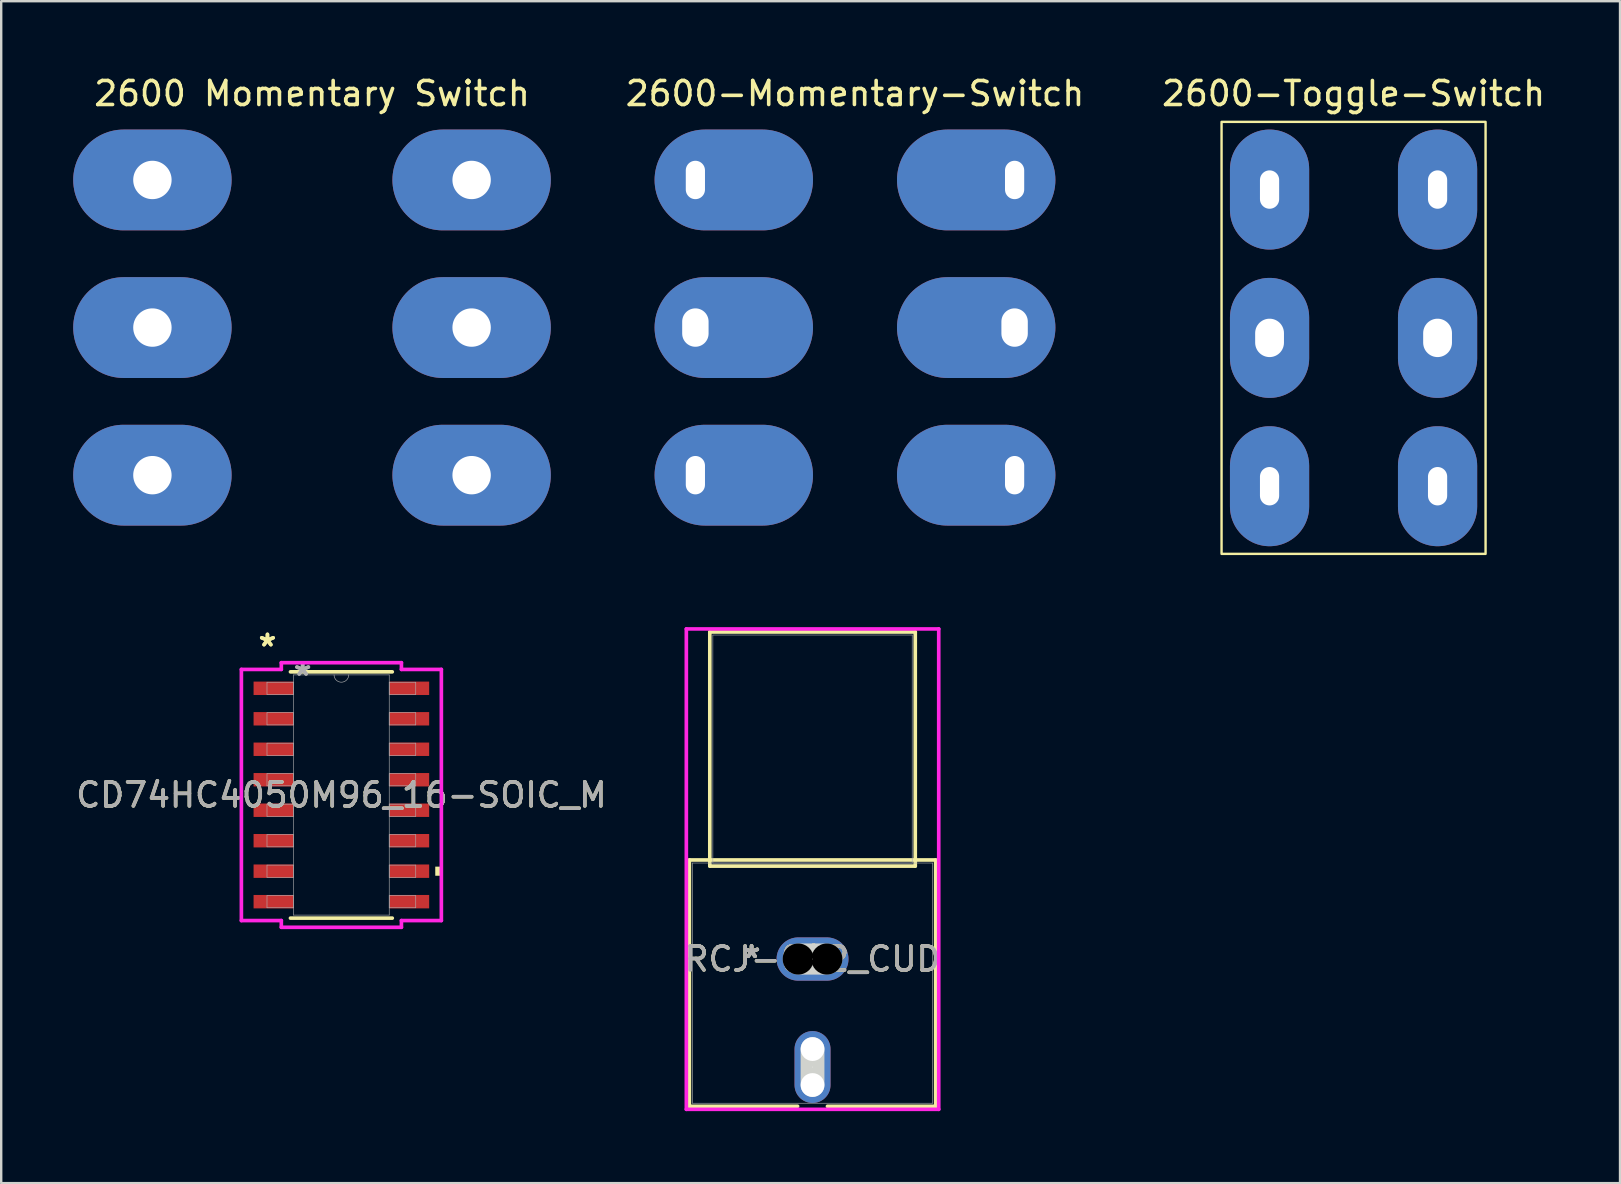
<source format=kicad_pcb>
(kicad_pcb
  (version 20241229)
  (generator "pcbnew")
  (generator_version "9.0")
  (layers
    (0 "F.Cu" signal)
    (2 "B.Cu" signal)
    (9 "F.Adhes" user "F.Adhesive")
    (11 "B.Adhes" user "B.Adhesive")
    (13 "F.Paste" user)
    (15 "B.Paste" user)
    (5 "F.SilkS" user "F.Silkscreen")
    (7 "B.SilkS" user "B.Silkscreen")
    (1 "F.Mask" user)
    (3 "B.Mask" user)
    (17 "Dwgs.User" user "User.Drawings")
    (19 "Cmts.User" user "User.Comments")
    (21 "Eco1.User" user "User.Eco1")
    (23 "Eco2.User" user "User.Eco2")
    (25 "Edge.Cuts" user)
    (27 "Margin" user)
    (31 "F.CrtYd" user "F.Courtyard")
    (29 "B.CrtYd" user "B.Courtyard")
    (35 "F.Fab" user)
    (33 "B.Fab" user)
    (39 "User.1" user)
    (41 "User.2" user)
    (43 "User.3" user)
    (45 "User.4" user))
  (footprint "2600-Momentary-Switch"
    (layer "F.Cu")
    (at 33.073 10.098)
    (property "Reference" "2600-Momentary-Switch" (at -0.5 -9.25 0) (unlocked yes) (layer "F.SilkS") (effects (font (size 1 1) (thickness 0.15))))
    (attr through_hole)
    (fp_rect (start -3.85 6.65) (end 2.85 6.65) (stroke (width 0.1) (type default)) (fill no) (layer "F.Mask"))
    (fp_rect (start -3.85 6.65) (end 2.85 6.65) (stroke (width 0.1) (type default)) (fill no) (layer "F.Mask"))
    (pad "1" thru_hole oval (at -7.15 -5.65 270) (size 4.2 6.6) (drill oval 1.6 0.8 (offset 0 -1.6)) (layers "*.Cu" "*.Mask"))
    (pad "2" thru_hole oval (at -7.15 0.5 270) (size 4.2 6.6) (drill oval 1.6 1.1 (offset 0 -1.6)) (layers "*.Cu" "*.Mask"))
    (pad "3" thru_hole oval (at -7.15 6.65 270) (size 4.2 6.6) (drill oval 1.6 0.8 (offset 0 -1.6)) (layers "*.Cu" "*.Mask"))
    (pad "4" thru_hole oval (at 6.15 6.65 270) (size 4.2 6.6) (drill oval 1.6 0.8 (offset 0 1.6)) (layers "*.Cu" "*.Mask"))
    (pad "5" thru_hole oval (at 6.15 0.5 270) (size 4.2 6.6) (drill oval 1.6 1.1 (offset 0 1.6)) (layers "*.Cu" "*.Mask"))
    (pad "6" thru_hole oval (at 6.15 -5.65 270) (size 4.2 6.6) (drill oval 1.6 0.8 (offset 0 1.6)) (layers "*.Cu" "*.Mask")))
  (footprint "CD74HC4050M96_16-SOIC_M"
    (layer "F.Cu")
    (at 11.173 30.073)
    (property "Reference" "CD74HC4050M96_16-SOIC_M" (at 0 0 0) (unlocked yes) (layer "F.SilkS") (effects (font (size 1 1) (thickness 0.15))))
    (attr smd)
    (fp_line (start -2.121 5.131) (end 2.121 5.131) (stroke (width 0.152) (type solid)) (layer "F.SilkS"))
    (fp_line (start 2.121 -5.131) (end -2.121 -5.131) (stroke (width 0.152) (type solid)) (layer "F.SilkS"))
    (fp_poly (pts (xy 4.166 2.985) (xy 4.166 3.365) (xy 3.912 3.365) (xy 3.912 2.985)) (stroke (width 0) (type solid)) (fill yes) (layer "F.SilkS"))
    (fp_line (start -4.166 -5.232) (end -2.502 -5.232) (stroke (width 0.152) (type solid)) (layer "F.CrtYd"))
    (fp_line (start -4.166 5.232) (end -4.166 -5.232) (stroke (width 0.152) (type solid)) (layer "F.CrtYd"))
    (fp_line (start -4.166 5.232) (end -2.502 5.232) (stroke (width 0.152) (type solid)) (layer "F.CrtYd"))
    (fp_line (start -2.502 -5.512) (end 2.502 -5.512) (stroke (width 0.152) (type solid)) (layer "F.CrtYd"))
    (fp_line (start -2.502 -5.232) (end -2.502 -5.512) (stroke (width 0.152) (type solid)) (layer "F.CrtYd"))
    (fp_line (start -2.502 5.512) (end -2.502 5.232) (stroke (width 0.152) (type solid)) (layer "F.CrtYd"))
    (fp_line (start 2.502 -5.512) (end 2.502 -5.232) (stroke (width 0.152) (type solid)) (layer "F.CrtYd"))
    (fp_line (start 2.502 5.232) (end 2.502 5.512) (stroke (width 0.152) (type solid)) (layer "F.CrtYd"))
    (fp_line (start 2.502 5.512) (end -2.502 5.512) (stroke (width 0.152) (type solid)) (layer "F.CrtYd"))
    (fp_line (start 4.166 -5.232) (end 2.502 -5.232) (stroke (width 0.152) (type solid)) (layer "F.CrtYd"))
    (fp_line (start 4.166 -5.232) (end 4.166 5.232) (stroke (width 0.152) (type solid)) (layer "F.CrtYd"))
    (fp_line (start 4.166 5.232) (end 2.502 5.232) (stroke (width 0.152) (type solid)) (layer "F.CrtYd"))
    (fp_line (start -3.099 -4.699) (end -3.099 -4.191) (stroke (width 0.025) (type solid)) (layer "F.Fab"))
    (fp_line (start -3.099 -4.191) (end -1.994 -4.191) (stroke (width 0.025) (type solid)) (layer "F.Fab"))
    (fp_line (start -3.099 -3.429) (end -3.099 -2.921) (stroke (width 0.025) (type solid)) (layer "F.Fab"))
    (fp_line (start -3.099 -2.921) (end -1.994 -2.921) (stroke (width 0.025) (type solid)) (layer "F.Fab"))
    (fp_line (start -3.099 -2.159) (end -3.099 -1.651) (stroke (width 0.025) (type solid)) (layer "F.Fab"))
    (fp_line (start -3.099 -1.651) (end -1.994 -1.651) (stroke (width 0.025) (type solid)) (layer "F.Fab"))
    (fp_line (start -3.099 -0.889) (end -3.099 -0.381) (stroke (width 0.025) (type solid)) (layer "F.Fab"))
    (fp_line (start -3.099 -0.381) (end -1.994 -0.381) (stroke (width 0.025) (type solid)) (layer "F.Fab"))
    (fp_line (start -3.099 0.381) (end -3.099 0.889) (stroke (width 0.025) (type solid)) (layer "F.Fab"))
    (fp_line (start -3.099 0.889) (end -1.994 0.889) (stroke (width 0.025) (type solid)) (layer "F.Fab"))
    (fp_line (start -3.099 1.651) (end -3.099 2.159) (stroke (width 0.025) (type solid)) (layer "F.Fab"))
    (fp_line (start -3.099 2.159) (end -1.994 2.159) (stroke (width 0.025) (type solid)) (layer "F.Fab"))
    (fp_line (start -3.099 2.921) (end -3.099 3.429) (stroke (width 0.025) (type solid)) (layer "F.Fab"))
    (fp_line (start -3.099 3.429) (end -1.994 3.429) (stroke (width 0.025) (type solid)) (layer "F.Fab"))
    (fp_line (start -3.099 4.191) (end -3.099 4.699) (stroke (width 0.025) (type solid)) (layer "F.Fab"))
    (fp_line (start -3.099 4.699) (end -1.994 4.699) (stroke (width 0.025) (type solid)) (layer "F.Fab"))
    (fp_line (start -1.994 -5.004) (end -1.994 5.004) (stroke (width 0.025) (type solid)) (layer "F.Fab"))
    (fp_line (start -1.994 -4.699) (end -3.099 -4.699) (stroke (width 0.025) (type solid)) (layer "F.Fab"))
    (fp_line (start -1.994 -4.191) (end -1.994 -4.699) (stroke (width 0.025) (type solid)) (layer "F.Fab"))
    (fp_line (start -1.994 -3.429) (end -3.099 -3.429) (stroke (width 0.025) (type solid)) (layer "F.Fab"))
    (fp_line (start -1.994 -2.921) (end -1.994 -3.429) (stroke (width 0.025) (type solid)) (layer "F.Fab"))
    (fp_line (start -1.994 -2.159) (end -3.099 -2.159) (stroke (width 0.025) (type solid)) (layer "F.Fab"))
    (fp_line (start -1.994 -1.651) (end -1.994 -2.159) (stroke (width 0.025) (type solid)) (layer "F.Fab"))
    (fp_line (start -1.994 -0.889) (end -3.099 -0.889) (stroke (width 0.025) (type solid)) (layer "F.Fab"))
    (fp_line (start -1.994 -0.381) (end -1.994 -0.889) (stroke (width 0.025) (type solid)) (layer "F.Fab"))
    (fp_line (start -1.994 0.381) (end -3.099 0.381) (stroke (width 0.025) (type solid)) (layer "F.Fab"))
    (fp_line (start -1.994 0.889) (end -1.994 0.381) (stroke (width 0.025) (type solid)) (layer "F.Fab"))
    (fp_line (start -1.994 1.651) (end -3.099 1.651) (stroke (width 0.025) (type solid)) (layer "F.Fab"))
    (fp_line (start -1.994 2.159) (end -1.994 1.651) (stroke (width 0.025) (type solid)) (layer "F.Fab"))
    (fp_line (start -1.994 2.921) (end -3.099 2.921) (stroke (width 0.025) (type solid)) (layer "F.Fab"))
    (fp_line (start -1.994 3.429) (end -1.994 2.921) (stroke (width 0.025) (type solid)) (layer "F.Fab"))
    (fp_line (start -1.994 4.191) (end -3.099 4.191) (stroke (width 0.025) (type solid)) (layer "F.Fab"))
    (fp_line (start -1.994 4.699) (end -1.994 4.191) (stroke (width 0.025) (type solid)) (layer "F.Fab"))
    (fp_line (start -1.994 5.004) (end 1.994 5.004) (stroke (width 0.025) (type solid)) (layer "F.Fab"))
    (fp_line (start 1.994 -5.004) (end -1.994 -5.004) (stroke (width 0.025) (type solid)) (layer "F.Fab"))
    (fp_line (start 1.994 -4.699) (end 1.994 -4.191) (stroke (width 0.025) (type solid)) (layer "F.Fab"))
    (fp_line (start 1.994 -4.191) (end 3.099 -4.191) (stroke (width 0.025) (type solid)) (layer "F.Fab"))
    (fp_line (start 1.994 -3.429) (end 1.994 -2.921) (stroke (width 0.025) (type solid)) (layer "F.Fab"))
    (fp_line (start 1.994 -2.921) (end 3.099 -2.921) (stroke (width 0.025) (type solid)) (layer "F.Fab"))
    (fp_line (start 1.994 -2.159) (end 1.994 -1.651) (stroke (width 0.025) (type solid)) (layer "F.Fab"))
    (fp_line (start 1.994 -1.651) (end 3.099 -1.651) (stroke (width 0.025) (type solid)) (layer "F.Fab"))
    (fp_line (start 1.994 -0.889) (end 1.994 -0.381) (stroke (width 0.025) (type solid)) (layer "F.Fab"))
    (fp_line (start 1.994 -0.381) (end 3.099 -0.381) (stroke (width 0.025) (type solid)) (layer "F.Fab"))
    (fp_line (start 1.994 0.381) (end 1.994 0.889) (stroke (width 0.025) (type solid)) (layer "F.Fab"))
    (fp_line (start 1.994 0.889) (end 3.099 0.889) (stroke (width 0.025) (type solid)) (layer "F.Fab"))
    (fp_line (start 1.994 1.651) (end 1.994 2.159) (stroke (width 0.025) (type solid)) (layer "F.Fab"))
    (fp_line (start 1.994 2.159) (end 3.099 2.159) (stroke (width 0.025) (type solid)) (layer "F.Fab"))
    (fp_line (start 1.994 2.921) (end 1.994 3.429) (stroke (width 0.025) (type solid)) (layer "F.Fab"))
    (fp_line (start 1.994 3.429) (end 3.099 3.429) (stroke (width 0.025) (type solid)) (layer "F.Fab"))
    (fp_line (start 1.994 4.191) (end 1.994 4.699) (stroke (width 0.025) (type solid)) (layer "F.Fab"))
    (fp_line (start 1.994 4.699) (end 3.099 4.699) (stroke (width 0.025) (type solid)) (layer "F.Fab"))
    (fp_line (start 1.994 5.004) (end 1.994 -5.004) (stroke (width 0.025) (type solid)) (layer "F.Fab"))
    (fp_line (start 3.099 -4.699) (end 1.994 -4.699) (stroke (width 0.025) (type solid)) (layer "F.Fab"))
    (fp_line (start 3.099 -4.191) (end 3.099 -4.699) (stroke (width 0.025) (type solid)) (layer "F.Fab"))
    (fp_line (start 3.099 -3.429) (end 1.994 -3.429) (stroke (width 0.025) (type solid)) (layer "F.Fab"))
    (fp_line (start 3.099 -2.921) (end 3.099 -3.429) (stroke (width 0.025) (type solid)) (layer "F.Fab"))
    (fp_line (start 3.099 -2.159) (end 1.994 -2.159) (stroke (width 0.025) (type solid)) (layer "F.Fab"))
    (fp_line (start 3.099 -1.651) (end 3.099 -2.159) (stroke (width 0.025) (type solid)) (layer "F.Fab"))
    (fp_line (start 3.099 -0.889) (end 1.994 -0.889) (stroke (width 0.025) (type solid)) (layer "F.Fab"))
    (fp_line (start 3.099 -0.381) (end 3.099 -0.889) (stroke (width 0.025) (type solid)) (layer "F.Fab"))
    (fp_line (start 3.099 0.381) (end 1.994 0.381) (stroke (width 0.025) (type solid)) (layer "F.Fab"))
    (fp_line (start 3.099 0.889) (end 3.099 0.381) (stroke (width 0.025) (type solid)) (layer "F.Fab"))
    (fp_line (start 3.099 1.651) (end 1.994 1.651) (stroke (width 0.025) (type solid)) (layer "F.Fab"))
    (fp_line (start 3.099 2.159) (end 3.099 1.651) (stroke (width 0.025) (type solid)) (layer "F.Fab"))
    (fp_line (start 3.099 2.921) (end 1.994 2.921) (stroke (width 0.025) (type solid)) (layer "F.Fab"))
    (fp_line (start 3.099 3.429) (end 3.099 2.921) (stroke (width 0.025) (type solid)) (layer "F.Fab"))
    (fp_line (start 3.099 4.191) (end 1.994 4.191) (stroke (width 0.025) (type solid)) (layer "F.Fab"))
    (fp_line (start 3.099 4.699) (end 3.099 4.191) (stroke (width 0.025) (type solid)) (layer "F.Fab"))
    (fp_arc (start 0.3048 -5.0038) (mid 0 -4.699) (end -0.3048 -5.0038) (stroke (width 0.0254) (type solid)) (layer "F.Fab"))
    (fp_text user "*" (at -3.08 -6.147 0) (unlocked yes) (layer "F.SilkS") (effects (font (size 1 1) (thickness 0.15))))
    (fp_text user "*" (at -3.08 -6.147 0) (layer "F.SilkS") (effects (font (size 1 1) (thickness 0.15))))
    (fp_text user "${REFERENCE}" (at 0 0 0) (unlocked yes) (layer "F.Fab") (effects (font (size 1 1) (thickness 0.15))))
    (fp_text user "*" (at -1.613 -4.928 0) (unlocked yes) (layer "F.Fab") (effects (font (size 1 1) (thickness 0.15))))
    (fp_text user "*" (at -1.613 -4.928 0) (layer "F.Fab") (effects (font (size 1 1) (thickness 0.15))))
    (pad "1" smd rect (at -2.826 -4.445) (size 1.664 0.559) (layers "F.Cu" "F.Mask" "F.Paste"))
    (pad "2" smd rect (at -2.826 -3.175) (size 1.664 0.559) (layers "F.Cu" "F.Mask" "F.Paste"))
    (pad "3" smd rect (at -2.826 -1.905) (size 1.664 0.559) (layers "F.Cu" "F.Mask" "F.Paste"))
    (pad "4" smd rect (at -2.826 -0.635) (size 1.664 0.559) (layers "F.Cu" "F.Mask" "F.Paste"))
    (pad "5" smd rect (at -2.826 0.635) (size 1.664 0.559) (layers "F.Cu" "F.Mask" "F.Paste"))
    (pad "6" smd rect (at -2.826 1.905) (size 1.664 0.559) (layers "F.Cu" "F.Mask" "F.Paste"))
    (pad "7" smd rect (at -2.826 3.175) (size 1.664 0.559) (layers "F.Cu" "F.Mask" "F.Paste"))
    (pad "8" smd rect (at -2.826 4.445) (size 1.664 0.559) (layers "F.Cu" "F.Mask" "F.Paste"))
    (pad "9" smd rect (at 2.826 4.445) (size 1.664 0.559) (layers "F.Cu" "F.Mask" "F.Paste"))
    (pad "10" smd rect (at 2.826 3.175) (size 1.664 0.559) (layers "F.Cu" "F.Mask" "F.Paste"))
    (pad "11" smd rect (at 2.826 1.905) (size 1.664 0.559) (layers "F.Cu" "F.Mask" "F.Paste"))
    (pad "12" smd rect (at 2.826 0.635) (size 1.664 0.559) (layers "F.Cu" "F.Mask" "F.Paste"))
    (pad "13" smd rect (at 2.826 -0.635) (size 1.664 0.559) (layers "F.Cu" "F.Mask" "F.Paste"))
    (pad "14" smd rect (at 2.826 -1.905) (size 1.664 0.559) (layers "F.Cu" "F.Mask" "F.Paste"))
    (pad "15" smd rect (at 2.826 -3.175) (size 1.664 0.559) (layers "F.Cu" "F.Mask" "F.Paste"))
    (pad "16" smd rect (at 2.826 -4.445) (size 1.664 0.559) (layers "F.Cu" "F.Mask" "F.Paste")))
  (footprint "RCJ-042_CUD"
    (layer "F.Cu")
    (at 30.804 36.908)
    (property "Reference" "RCJ-042_CUD" (at 0 0 0) (unlocked yes) (layer "F.SilkS") (effects (font (size 1 1) (thickness 0.15))))
    (attr through_hole)
    (fp_line (start -5.131 -4.127) (end -5.131 6.135) (stroke (width 0.152) (type solid)) (layer "F.SilkS"))
    (fp_line (start -5.131 6.135) (end -0.622 6.135) (stroke (width 0.152) (type solid)) (layer "F.SilkS"))
    (fp_line (start -4.28 -13.627) (end -4.28 -3.873) (stroke (width 0.152) (type solid)) (layer "F.SilkS"))
    (fp_line (start -4.28 -3.873) (end 4.28 -3.873) (stroke (width 0.152) (type solid)) (layer "F.SilkS"))
    (fp_line (start 0.622 6.135) (end 5.131 6.135) (stroke (width 0.152) (type solid)) (layer "F.SilkS"))
    (fp_line (start 4.28 -13.627) (end -4.28 -13.627) (stroke (width 0.152) (type solid)) (layer "F.SilkS"))
    (fp_line (start 4.28 -3.873) (end 4.28 -13.627) (stroke (width 0.152) (type solid)) (layer "F.SilkS"))
    (fp_line (start 5.131 -4.127) (end -5.131 -4.127) (stroke (width 0.152) (type solid)) (layer "F.SilkS"))
    (fp_line (start 5.131 6.135) (end 5.131 -4.127) (stroke (width 0.152) (type solid)) (layer "F.SilkS"))
    (fp_line (start -0.597 0) (end 0.597 0) (stroke (width 1.295) (type solid)) (layer "Edge.Cuts"))
    (fp_line (start 0 5.249) (end 0 3.751) (stroke (width 0.991) (type solid)) (layer "Edge.Cuts"))
    (fp_line (start -5.258 -13.754) (end -5.258 6.262) (stroke (width 0.152) (type solid)) (layer "F.CrtYd"))
    (fp_line (start -5.258 6.262) (end 5.258 6.262) (stroke (width 0.152) (type solid)) (layer "F.CrtYd"))
    (fp_line (start 5.258 -13.754) (end -5.258 -13.754) (stroke (width 0.152) (type solid)) (layer "F.CrtYd"))
    (fp_line (start 5.258 6.262) (end 5.258 -13.754) (stroke (width 0.152) (type solid)) (layer "F.CrtYd"))
    (fp_line (start -5.004 -4) (end -5.004 6.008) (stroke (width 0.025) (type solid)) (layer "F.Fab"))
    (fp_line (start -5.004 6.008) (end 5.004 6.008) (stroke (width 0.025) (type solid)) (layer "F.Fab"))
    (fp_line (start -4.153 -13.5) (end -4.153 -4) (stroke (width 0.025) (type solid)) (layer "F.Fab"))
    (fp_line (start -4.153 -4) (end 4.153 -4) (stroke (width 0.025) (type solid)) (layer "F.Fab"))
    (fp_line (start 4.153 -13.5) (end -4.153 -13.5) (stroke (width 0.025) (type solid)) (layer "F.Fab"))
    (fp_line (start 4.153 -4) (end 4.153 -13.5) (stroke (width 0.025) (type solid)) (layer "F.Fab"))
    (fp_line (start 5.004 -4) (end -5.004 -4) (stroke (width 0.025) (type solid)) (layer "F.Fab"))
    (fp_line (start 5.004 6.008) (end 5.004 -4) (stroke (width 0.025) (type solid)) (layer "F.Fab"))
    (fp_text user "*" (at -2.54 0 0) (layer "F.SilkS") (effects (font (size 1 1) (thickness 0.15))))
    (fp_text user "*" (at -2.54 0 0) (unlocked yes) (layer "F.SilkS") (effects (font (size 1 1) (thickness 0.15))))
    (fp_text user "${REFERENCE}" (at 0 0 0) (unlocked yes) (layer "F.Fab") (effects (font (size 1 1) (thickness 0.15))))
    (fp_text user "*" (at -2.54 0 0) (layer "F.Fab") (effects (font (size 1 1) (thickness 0.15))))
    (fp_text user "*" (at -2.54 0 0) (unlocked yes) (layer "F.Fab") (effects (font (size 1 1) (thickness 0.15))))
    (pad "" np_thru_hole circle (at -0.597 0) (size 1.295 1.295) (drill 1.295) (layers))
    (pad "" np_thru_hole circle (at 0 3.751) (size 0.991 0.991) (drill 0.991) (layers "*.Cu" "*.Mask"))
    (pad "" np_thru_hole circle (at 0 5.249) (size 0.991 0.991) (drill 0.991) (layers "*.Cu" "*.Mask"))
    (pad "" np_thru_hole circle (at 0.597 0) (size 1.295 1.295) (drill 1.295) (layers))
    (pad "1" thru_hole oval (at 0 0) (size 2.997 1.803) (drill 0.025) (layers "*.Cu" "*.Mask"))
    (pad "2" thru_hole oval (at 0 4.5 90) (size 2.997 1.499) (drill 0.025) (layers "*.Cu" "*.Mask")))
  (footprint "2600 Momentary Switch"
    (layer "F.Cu")
    (at 10.45 10.098)
    (property "Reference" "2600 Momentary Switch" (at -0.5 -9.25 0) (unlocked yes) (layer "F.SilkS") (effects (font (size 1 1) (thickness 0.15))))
    (attr through_hole)
    (fp_rect (start -3.85 6.65) (end 2.85 6.65) (stroke (width 0.1) (type default)) (fill no) (layer "F.Mask"))
    (fp_rect (start -3.85 6.65) (end 2.85 6.65) (stroke (width 0.1) (type default)) (fill no) (layer "F.Mask"))
    (pad "1" thru_hole oval (at -7.15 -5.65 270) (size 4.2 6.6) (drill 1.6) (layers "*.Cu" "*.Mask"))
    (pad "2" thru_hole oval (at -7.15 0.5 270) (size 4.2 6.6) (drill 1.6) (layers "*.Cu" "*.Mask"))
    (pad "3" thru_hole oval (at -7.15 6.65 270) (size 4.2 6.6) (drill 1.6) (layers "*.Cu" "*.Mask"))
    (pad "4" thru_hole oval (at 6.15 6.65 270) (size 4.2 6.6) (drill 1.6) (layers "*.Cu" "*.Mask"))
    (pad "5" thru_hole oval (at 6.15 0.5 270) (size 4.2 6.6) (drill 1.6) (layers "*.Cu" "*.Mask"))
    (pad "6" thru_hole oval (at 6.15 -5.65 270) (size 4.2 6.6) (drill 1.6) (layers "*.Cu" "*.Mask")))
  (footprint "2600-Toggle-Switch"
    (layer "F.Cu")
    (at 53.346 11.028)
    (property "Reference" "2600-Toggle-Switch" (at 0 -10.18 0) (unlocked yes) (layer "F.SilkS") (effects (font (size 1 1) (thickness 0.15))))
    (attr through_hole)
    (fp_rect (start -5.5 -9) (end 5.5 9) (stroke (width 0.1) (type default)) (fill no) (layer "F.SilkS"))
    (pad "1" thru_hole oval (at -3.5 -6.18 270) (size 5 3.3) (drill oval 1.6 0.8) (layers "*.Cu" "*.Mask"))
    (pad "2" thru_hole oval (at -3.5 0 270) (size 5 3.3) (drill oval 1.6 1.2) (layers "*.Cu" "*.Mask"))
    (pad "3" thru_hole oval (at -3.5 6.18 270) (size 5 3.3) (drill oval 1.6 0.8) (layers "*.Cu" "*.Mask"))
    (pad "4" thru_hole oval (at 3.5 6.18 270) (size 5 3.3) (drill oval 1.6 0.8) (layers "*.Cu" "*.Mask"))
    (pad "5" thru_hole oval (at 3.5 0 270) (size 5 3.3) (drill oval 1.6 1.2) (layers "*.Cu" "*.Mask"))
    (pad "6" thru_hole oval (at 3.5 -6.18 270) (size 5 3.3) (drill oval 1.6 0.8) (layers "*.Cu" "*.Mask")))
  (gr_rect
    (start -3 -3)
    (end 64.448 46.246)
    (stroke (width 0.1) (type default))
    (fill no)
    (layer "Edge.Cuts")))
</source>
